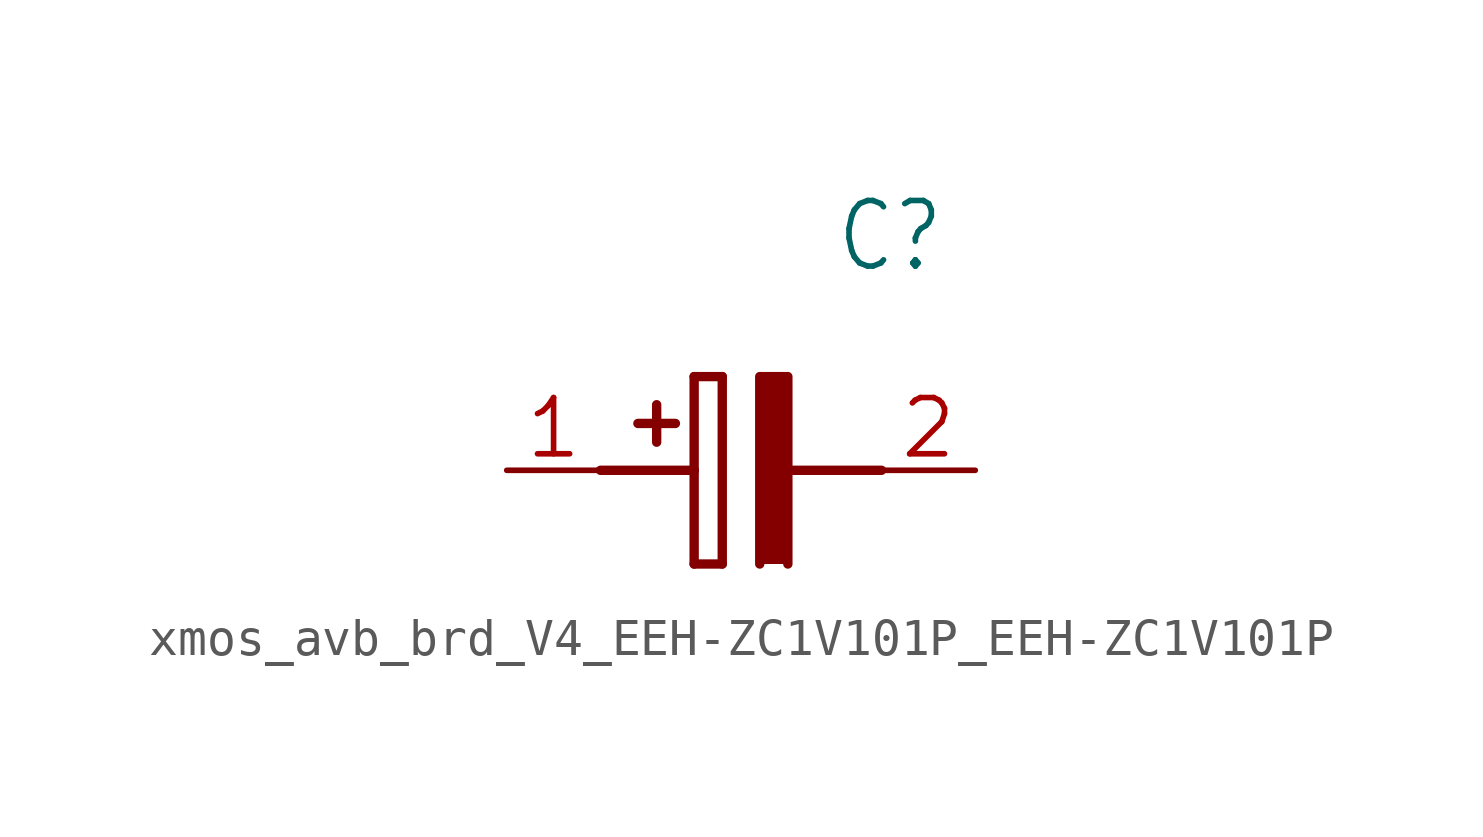
<source format=kicad_sym>
(kicad_symbol_lib
  (version 20241209)
  (generator "kicad_symbol_editor")
  (generator_version "9.0")
  (symbol "xmos_avb_brd_V4_EEH-ZC1V101P_EEH-ZC1V101P"
    (property "Reference" "C"
      (at 8.89 6.35 0)
      (effects (font (size 1.778 1.511)) (justify left)))
    (property "Value" ""
      (at 8.89 3.81 0)
      (effects (font (size 1.778 1.511)) (justify left)))
    (property "ki_locked" ""
      (at 0 0 0)
      (effects (font (size 1.27 1.27))))
    (symbol "xmos_avb_brd_V4_EEH-ZC1V101P_EEH-ZC1V101P_1_0"
      (polyline (pts (xy 2.54 0) (xy 5.08 0)) (stroke (width 0.254) (type solid)) (fill (type none)))
      (polyline (pts (xy 4.064 1.778) (xy 4.064 0.762)) (stroke (width 0.254) (type solid)) (fill (type none)))
      (polyline (pts (xy 4.572 1.27) (xy 3.556 1.27)) (stroke (width 0.254) (type solid)) (fill (type none)))
      (polyline (pts (xy 5.08 2.54) (xy 5.08 0)) (stroke (width 0.254) (type solid)) (fill (type none)))
      (polyline (pts (xy 5.08 2.54) (xy 5.842 2.54)) (stroke (width 0.254) (type solid)) (fill (type none)))
      (polyline (pts (xy 5.08 0) (xy 5.08 -2.54)) (stroke (width 0.254) (type solid)) (fill (type none)))
      (polyline (pts (xy 5.842 -2.54) (xy 5.08 -2.54)) (stroke (width 0.254) (type solid)) (fill (type none)))
      (polyline (pts (xy 5.842 -2.54) (xy 5.842 2.54)) (stroke (width 0.254) (type solid)) (fill (type none)))
      (polyline (pts (xy 7.62 0) (xy 10.16 0)) (stroke (width 0.254) (type solid)) (fill (type none)))
      (polyline (pts (xy 7.62 -2.54) (xy 7.62 2.54) (xy 6.858 2.54) (xy 6.858 -2.54)) (stroke (width 0.254) (type solid)) (fill (type outline)))
      (pin bidirectional line (at 0 0 0) (length 2.54) (name "+" (effects (font (size 0 0)))) (number "1" (effects (font (size 1.524 1.524)))))
      (pin bidirectional line (at 12.7 0 180) (length 2.54) (name "-" (effects (font (size 0 0)))) (number "2" (effects (font (size 1.524 1.524))))))))
</source>
